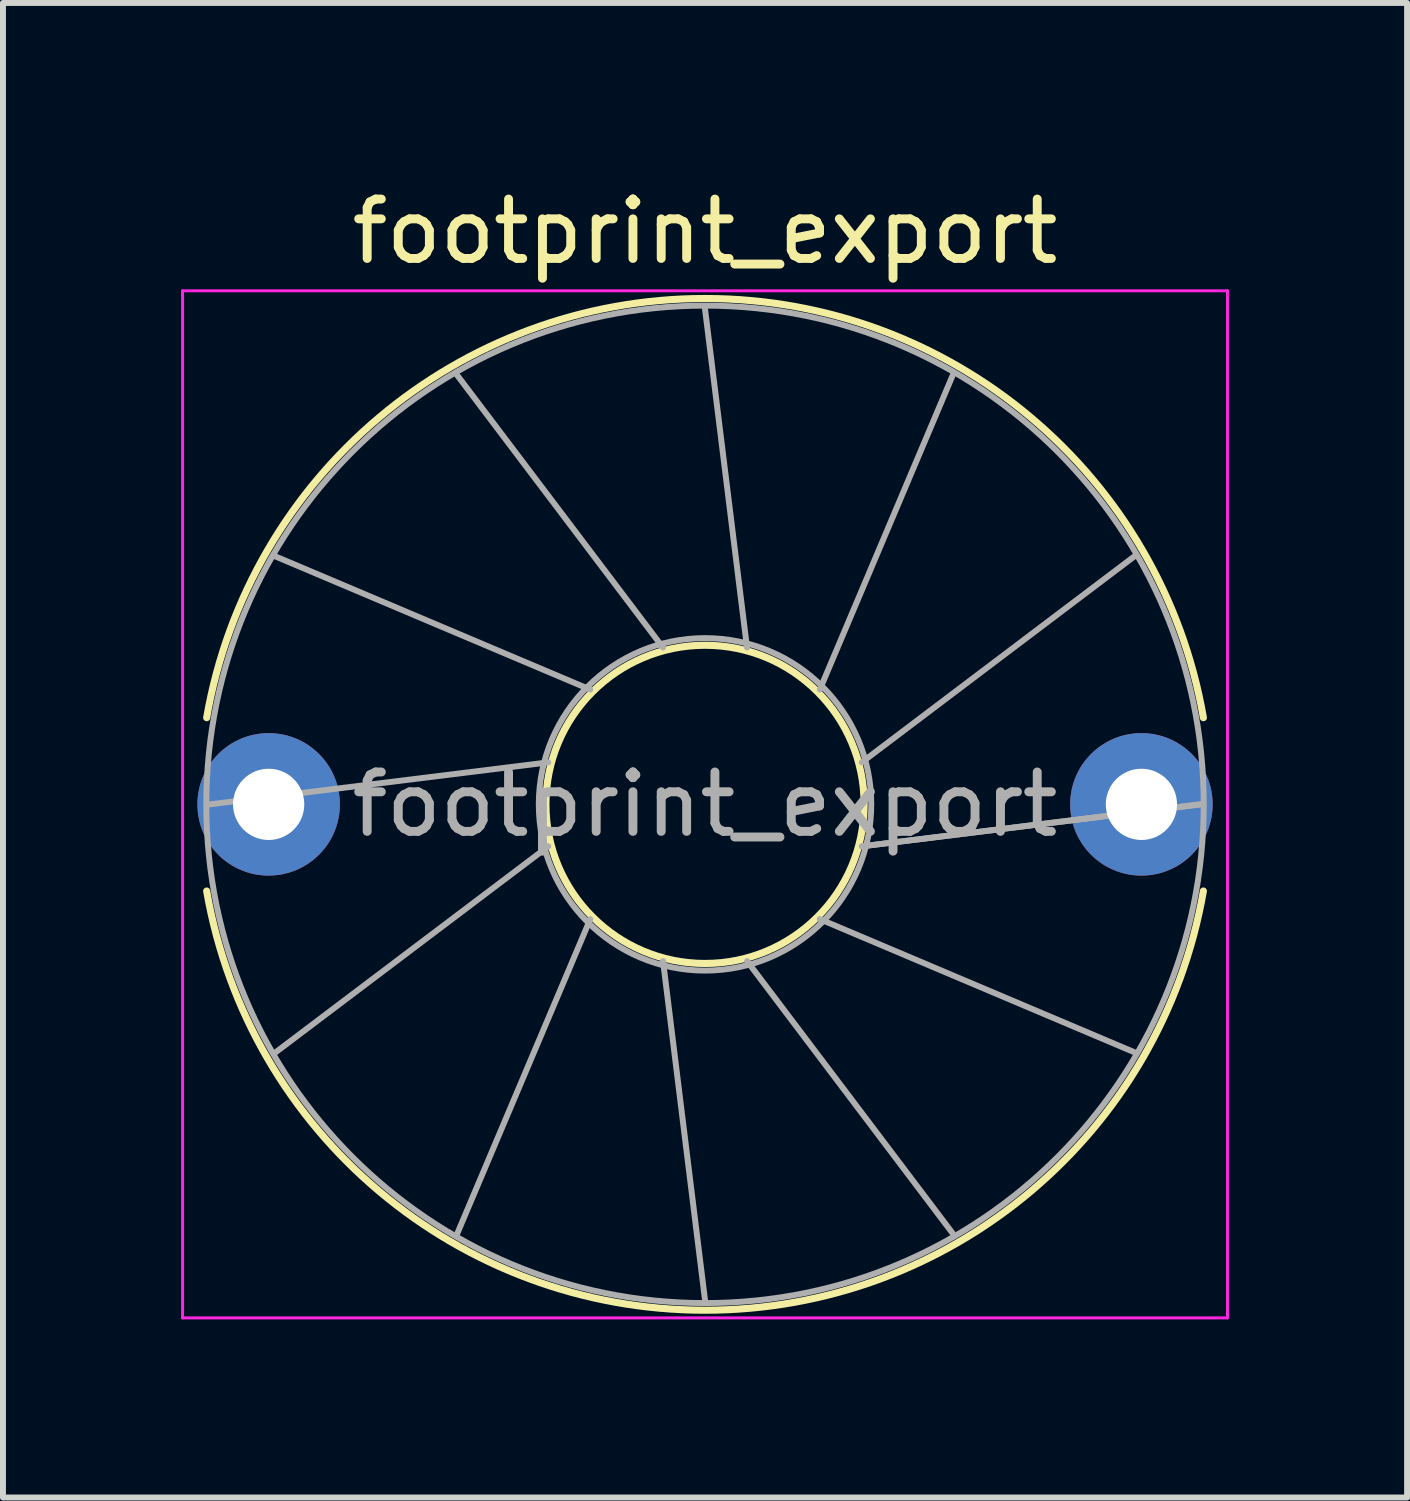
<source format=kicad_pcb>
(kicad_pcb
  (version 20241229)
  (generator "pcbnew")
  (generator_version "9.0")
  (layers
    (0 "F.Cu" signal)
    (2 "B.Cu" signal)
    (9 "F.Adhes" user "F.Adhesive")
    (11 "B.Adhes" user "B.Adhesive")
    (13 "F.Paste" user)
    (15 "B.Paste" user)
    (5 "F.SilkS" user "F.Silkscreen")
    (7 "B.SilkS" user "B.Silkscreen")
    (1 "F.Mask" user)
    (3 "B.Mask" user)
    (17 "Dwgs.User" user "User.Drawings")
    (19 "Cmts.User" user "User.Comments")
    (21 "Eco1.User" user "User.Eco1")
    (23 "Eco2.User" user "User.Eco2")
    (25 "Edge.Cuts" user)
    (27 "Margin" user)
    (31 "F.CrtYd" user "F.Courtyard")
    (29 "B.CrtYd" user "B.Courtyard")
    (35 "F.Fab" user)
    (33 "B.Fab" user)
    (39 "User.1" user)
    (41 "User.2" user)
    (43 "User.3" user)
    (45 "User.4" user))
  (footprint "footprint_export"
    (layer "F.Cu")
    (at 1.475 10.498)
    (property "Reference" "footprint_export" (at 7.35 -9.65 0) (layer "F.SilkS") (effects (font (size 1 1) (thickness 0.15))))
    (attr through_hole)
    (fp_arc (start -1.043974 -1.46) (mid 7.35 -8.52) (end 15.743974 -1.46) (stroke (width 0.12) (type solid)) (layer "F.SilkS"))
    (fp_arc (start 15.743974 1.46) (mid 7.35 8.52) (end -1.043974 1.46) (stroke (width 0.12) (type solid)) (layer "F.SilkS"))
    (fp_circle (center 7.35 0) (end 10.03 0) (stroke (width 0.12) (type solid)) (fill no) (layer "F.SilkS"))
    (fp_line (start -1.45 -8.65) (end -1.45 8.65) (stroke (width 0.05) (type solid)) (layer "F.CrtYd"))
    (fp_line (start -1.45 8.65) (end 16.15 8.65) (stroke (width 0.05) (type solid)) (layer "F.CrtYd"))
    (fp_line (start 16.15 -8.65) (end -1.45 -8.65) (stroke (width 0.05) (type solid)) (layer "F.CrtYd"))
    (fp_line (start 16.15 8.65) (end 16.15 -8.65) (stroke (width 0.05) (type solid)) (layer "F.CrtYd"))
    (fp_line (start -1 0.001) (end 4.709 -0.707) (stroke (width 0.1) (type solid)) (layer "F.Fab"))
    (fp_line (start 0.119 -4.174) (end 5.417 -1.933) (stroke (width 0.1) (type solid)) (layer "F.Fab"))
    (fp_line (start 0.119 4.175) (end 4.71 0.708) (stroke (width 0.1) (type solid)) (layer "F.Fab"))
    (fp_line (start 3.174 -7.23) (end 6.642 -2.64) (stroke (width 0.1) (type solid)) (layer "F.Fab"))
    (fp_line (start 3.176 7.231) (end 5.417 1.933) (stroke (width 0.1) (type solid)) (layer "F.Fab"))
    (fp_line (start 7.349 -8.35) (end 8.057 -2.641) (stroke (width 0.1) (type solid)) (layer "F.Fab"))
    (fp_line (start 7.35 8.35) (end 6.643 2.64) (stroke (width 0.1) (type solid)) (layer "F.Fab"))
    (fp_line (start 11.524 -7.232) (end 9.283 -1.933) (stroke (width 0.1) (type solid)) (layer "F.Fab"))
    (fp_line (start 11.525 7.231) (end 8.058 2.64) (stroke (width 0.1) (type solid)) (layer "F.Fab"))
    (fp_line (start 14.58 -4.176) (end 9.99 -0.708) (stroke (width 0.1) (type solid)) (layer "F.Fab"))
    (fp_line (start 14.581 4.175) (end 9.283 1.933) (stroke (width 0.1) (type solid)) (layer "F.Fab"))
    (fp_line (start 15.7 -0.002) (end 9.991 0.707) (stroke (width 0.1) (type solid)) (layer "F.Fab"))
    (fp_line (start 15.7 0) (end 9.99 0.707) (stroke (width 0.1) (type solid)) (layer "F.Fab"))
    (fp_circle (center 7.35 0) (end 10.15 0) (stroke (width 0.1) (type solid)) (fill no) (layer "F.Fab"))
    (fp_circle (center 7.35 0) (end 15.75 0) (stroke (width 0.1) (type solid)) (fill no) (layer "F.Fab"))
    (fp_text user "${REFERENCE}" (at 7.35 0 0) (layer "F.Fab") (effects (font (size 1 1) (thickness 0.15))))
    (pad "1" thru_hole circle (at 0 0) (size 2.4 2.4) (drill 1.2) (layers "*.Cu" "*.Mask"))
    (pad "2" thru_hole circle (at 14.7 0) (size 2.4 2.4) (drill 1.2) (layers "*.Cu" "*.Mask")))
  (gr_rect
    (start -3 -3)
    (end 20.65 22.173)
    (stroke (width 0.1) (type default))
    (fill no)
    (layer "Edge.Cuts")))
</source>
